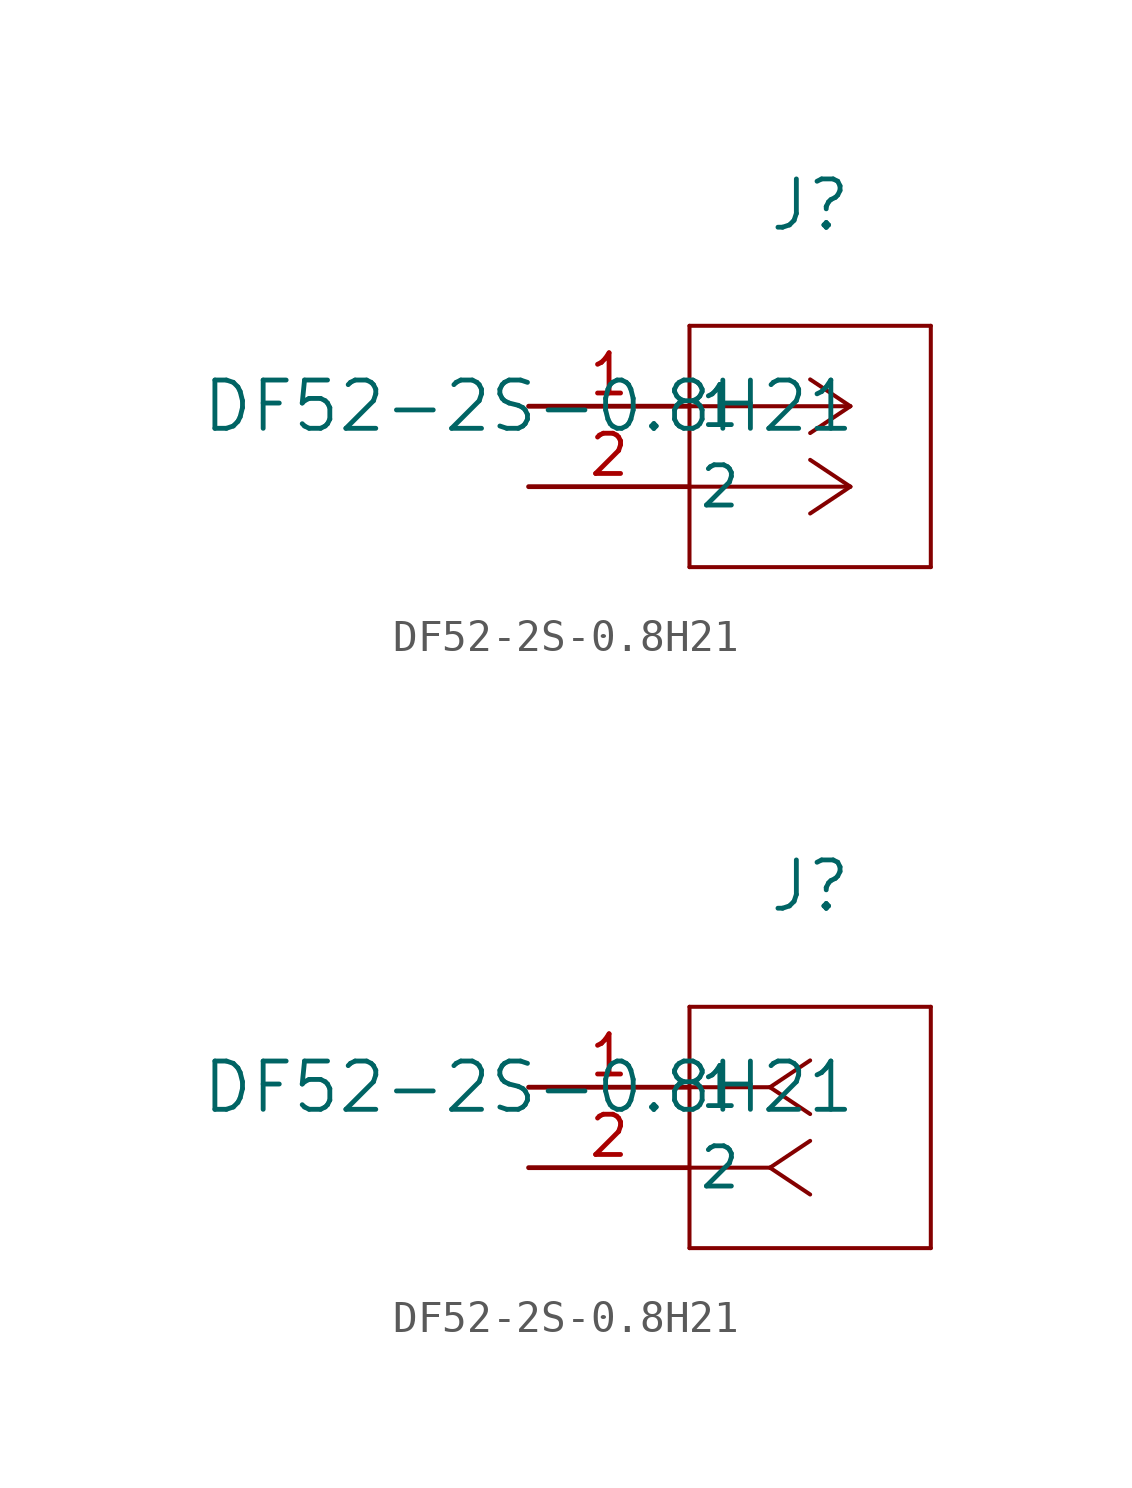
<source format=kicad_sym>
(kicad_symbol_lib
  (version 20211014)
  (generator kicad_symbol_editor)
  (symbol "DF52-2S-0.8H21"
    (pin_names
      (offset 0.254))
    (property "Reference" "J"
      (at 8.89 6.35 0)
      (effects (font (size 1.524 1.524))))
    (property "Value" "DF52-2S-0.8H21"
      (at 0 0 0)
      (effects (font (size 1.524 1.524))))
    (symbol "DF52-2S-0.8H21_1_1"
      (polyline (pts (xy 10.16 0) (xy 5.08 0)) (stroke (width 0.127) (type default) (color 0 0 0 0)) (fill (type none)))
      (polyline (pts (xy 10.16 -2.54) (xy 5.08 -2.54)) (stroke (width 0.127) (type default) (color 0 0 0 0)) (fill (type none)))
      (polyline (pts (xy 10.16 0) (xy 8.89 0.847)) (stroke (width 0.127) (type default) (color 0 0 0 0)) (fill (type none)))
      (polyline (pts (xy 10.16 -2.54) (xy 8.89 -1.693)) (stroke (width 0.127) (type default) (color 0 0 0 0)) (fill (type none)))
      (polyline (pts (xy 10.16 0) (xy 8.89 -0.847)) (stroke (width 0.127) (type default) (color 0 0 0 0)) (fill (type none)))
      (polyline (pts (xy 10.16 -2.54) (xy 8.89 -3.387)) (stroke (width 0.127) (type default) (color 0 0 0 0)) (fill (type none)))
      (polyline (pts (xy 5.08 2.54) (xy 5.08 -5.08)) (stroke (width 0.127) (type default) (color 0 0 0 0)) (fill (type none)))
      (polyline (pts (xy 5.08 -5.08) (xy 12.7 -5.08)) (stroke (width 0.127) (type default) (color 0 0 0 0)) (fill (type none)))
      (polyline (pts (xy 12.7 -5.08) (xy 12.7 2.54)) (stroke (width 0.127) (type default) (color 0 0 0 0)) (fill (type none)))
      (polyline (pts (xy 12.7 2.54) (xy 5.08 2.54)) (stroke (width 0.127) (type default) (color 0 0 0 0)) (fill (type none)))
      (pin unspecified line (at 0 0 0) (length 5.08) (name "1" (effects (font (size 1.27 1.27)))) (number "1" (effects (font (size 1.27 1.27)))))
      (pin unspecified line (at 0 -2.54 0) (length 5.08) (name "2" (effects (font (size 1.27 1.27)))) (number "2" (effects (font (size 1.27 1.27))))))
    (symbol "DF52-2S-0.8H21_1_2"
      (polyline (pts (xy 7.62 0) (xy 5.08 0)) (stroke (width 0.127) (type default) (color 0 0 0 0)) (fill (type none)))
      (polyline (pts (xy 7.62 -2.54) (xy 5.08 -2.54)) (stroke (width 0.127) (type default) (color 0 0 0 0)) (fill (type none)))
      (polyline (pts (xy 7.62 0) (xy 8.89 0.847)) (stroke (width 0.127) (type default) (color 0 0 0 0)) (fill (type none)))
      (polyline (pts (xy 7.62 -2.54) (xy 8.89 -1.693)) (stroke (width 0.127) (type default) (color 0 0 0 0)) (fill (type none)))
      (polyline (pts (xy 7.62 0) (xy 8.89 -0.847)) (stroke (width 0.127) (type default) (color 0 0 0 0)) (fill (type none)))
      (polyline (pts (xy 7.62 -2.54) (xy 8.89 -3.387)) (stroke (width 0.127) (type default) (color 0 0 0 0)) (fill (type none)))
      (polyline (pts (xy 5.08 2.54) (xy 5.08 -5.08)) (stroke (width 0.127) (type default) (color 0 0 0 0)) (fill (type none)))
      (polyline (pts (xy 5.08 -5.08) (xy 12.7 -5.08)) (stroke (width 0.127) (type default) (color 0 0 0 0)) (fill (type none)))
      (polyline (pts (xy 12.7 -5.08) (xy 12.7 2.54)) (stroke (width 0.127) (type default) (color 0 0 0 0)) (fill (type none)))
      (polyline (pts (xy 12.7 2.54) (xy 5.08 2.54)) (stroke (width 0.127) (type default) (color 0 0 0 0)) (fill (type none)))
      (pin unspecified line (at 0 0 0) (length 5.08) (name "1" (effects (font (size 1.27 1.27)))) (number "1" (effects (font (size 1.27 1.27)))))
      (pin unspecified line (at 0 -2.54 0) (length 5.08) (name "2" (effects (font (size 1.27 1.27)))) (number "2" (effects (font (size 1.27 1.27))))))))
</source>
